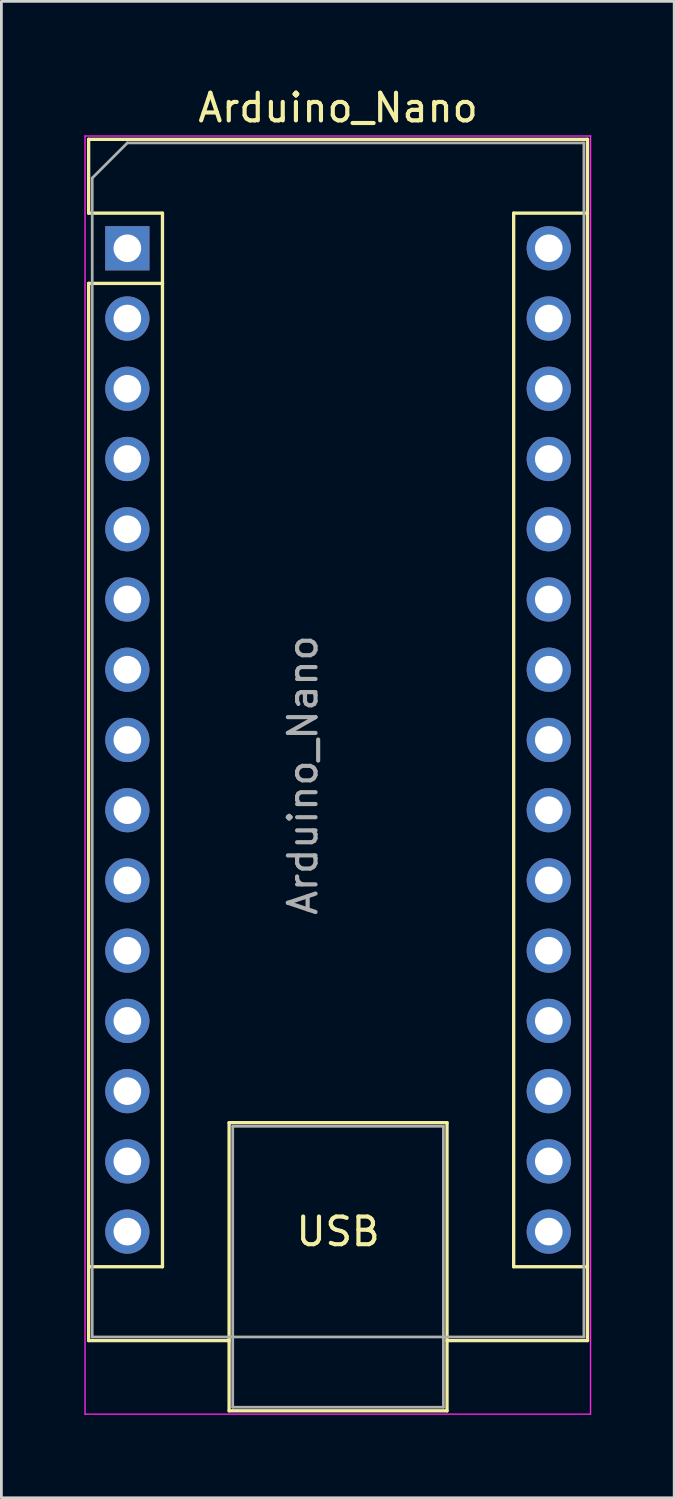
<source format=kicad_pcb>
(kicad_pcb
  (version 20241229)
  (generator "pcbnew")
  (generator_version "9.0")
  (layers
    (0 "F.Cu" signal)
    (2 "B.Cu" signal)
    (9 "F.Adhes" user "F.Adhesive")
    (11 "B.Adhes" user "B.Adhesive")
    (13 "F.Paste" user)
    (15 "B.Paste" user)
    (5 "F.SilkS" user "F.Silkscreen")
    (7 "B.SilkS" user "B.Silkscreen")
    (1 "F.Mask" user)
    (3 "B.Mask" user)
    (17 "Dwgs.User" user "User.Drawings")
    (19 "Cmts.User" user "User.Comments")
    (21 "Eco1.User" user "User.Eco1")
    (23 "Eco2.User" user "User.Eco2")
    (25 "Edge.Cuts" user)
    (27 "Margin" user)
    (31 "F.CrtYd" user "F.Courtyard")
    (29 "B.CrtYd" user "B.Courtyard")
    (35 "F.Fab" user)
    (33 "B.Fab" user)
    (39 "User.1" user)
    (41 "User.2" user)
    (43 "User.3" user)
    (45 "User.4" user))
  (footprint "Arduino_Nano"
    (layer "F.Cu")
    (at 1.555 5.928)
    (property "Reference" "Arduino_Nano" (at 7.62 -5.08 0) (layer "F.SilkS") (effects (font (size 1 1) (thickness 0.15))))
    (attr through_hole)
    (fp_line (start -1.4 -3.94) (end -1.4 -1.27) (stroke (width 0.12) (type solid)) (layer "F.SilkS"))
    (fp_line (start -1.4 1.27) (end -1.4 39.5) (stroke (width 0.12) (type solid)) (layer "F.SilkS"))
    (fp_line (start -1.4 39.5) (end 3.68 39.5) (stroke (width 0.12) (type solid)) (layer "F.SilkS"))
    (fp_line (start 1.27 -1.27) (end -1.4 -1.27) (stroke (width 0.12) (type solid)) (layer "F.SilkS"))
    (fp_line (start 1.27 1.27) (end -1.4 1.27) (stroke (width 0.12) (type solid)) (layer "F.SilkS"))
    (fp_line (start 1.27 1.27) (end 1.27 -1.27) (stroke (width 0.12) (type solid)) (layer "F.SilkS"))
    (fp_line (start 1.27 1.27) (end 1.27 36.83) (stroke (width 0.12) (type solid)) (layer "F.SilkS"))
    (fp_line (start 1.27 36.83) (end -1.4 36.83) (stroke (width 0.12) (type solid)) (layer "F.SilkS"))
    (fp_line (start 3.68 31.62) (end 11.56 31.62) (stroke (width 0.12) (type solid)) (layer "F.SilkS"))
    (fp_line (start 3.68 42.04) (end 3.68 31.62) (stroke (width 0.12) (type solid)) (layer "F.SilkS"))
    (fp_line (start 11.56 31.62) (end 11.56 42.04) (stroke (width 0.12) (type solid)) (layer "F.SilkS"))
    (fp_line (start 11.56 42.04) (end 3.68 42.04) (stroke (width 0.12) (type solid)) (layer "F.SilkS"))
    (fp_line (start 13.97 -1.27) (end 13.97 36.83) (stroke (width 0.12) (type solid)) (layer "F.SilkS"))
    (fp_line (start 13.97 -1.27) (end 16.64 -1.27) (stroke (width 0.12) (type solid)) (layer "F.SilkS"))
    (fp_line (start 13.97 36.83) (end 16.64 36.83) (stroke (width 0.12) (type solid)) (layer "F.SilkS"))
    (fp_line (start 16.64 -3.94) (end -1.4 -3.94) (stroke (width 0.12) (type solid)) (layer "F.SilkS"))
    (fp_line (start 16.64 39.5) (end 11.56 39.5) (stroke (width 0.12) (type solid)) (layer "F.SilkS"))
    (fp_line (start 16.64 39.5) (end 16.64 -3.94) (stroke (width 0.12) (type solid)) (layer "F.SilkS"))
    (fp_line (start -1.53 -4.06) (end -1.53 42.16) (stroke (width 0.05) (type solid)) (layer "F.CrtYd"))
    (fp_line (start -1.53 -4.06) (end 16.75 -4.06) (stroke (width 0.05) (type solid)) (layer "F.CrtYd"))
    (fp_line (start 16.75 42.16) (end -1.53 42.16) (stroke (width 0.05) (type solid)) (layer "F.CrtYd"))
    (fp_line (start 16.75 42.16) (end 16.75 -4.06) (stroke (width 0.05) (type solid)) (layer "F.CrtYd"))
    (fp_line (start -1.27 -2.54) (end 0 -3.81) (stroke (width 0.1) (type solid)) (layer "F.Fab"))
    (fp_line (start -1.27 39.37) (end -1.27 -2.54) (stroke (width 0.1) (type solid)) (layer "F.Fab"))
    (fp_line (start 0 -3.81) (end 16.51 -3.81) (stroke (width 0.1) (type solid)) (layer "F.Fab"))
    (fp_line (start 3.81 31.75) (end 11.43 31.75) (stroke (width 0.1) (type solid)) (layer "F.Fab"))
    (fp_line (start 3.81 41.91) (end 3.81 31.75) (stroke (width 0.1) (type solid)) (layer "F.Fab"))
    (fp_line (start 11.43 31.75) (end 11.43 41.91) (stroke (width 0.1) (type solid)) (layer "F.Fab"))
    (fp_line (start 11.43 41.91) (end 3.81 41.91) (stroke (width 0.1) (type solid)) (layer "F.Fab"))
    (fp_line (start 16.51 -3.81) (end 16.51 39.37) (stroke (width 0.1) (type solid)) (layer "F.Fab"))
    (fp_line (start 16.51 39.37) (end -1.27 39.37) (stroke (width 0.1) (type solid)) (layer "F.Fab"))
    (fp_text user "USB" (at 7.62 35.56 0) (unlocked yes) (layer "F.SilkS") (effects (font (size 1 1) (thickness 0.15))))
    (fp_text user "${REFERENCE}" (at 6.35 19.05 90) (layer "F.Fab") (effects (font (size 1 1) (thickness 0.15))))
    (pad "1" thru_hole rect (at 0 0) (size 1.6 1.6) (drill 1) (layers "*.Cu" "*.Mask"))
    (pad "2" thru_hole oval (at 0 2.54) (size 1.6 1.6) (drill 1) (layers "*.Cu" "*.Mask"))
    (pad "3" thru_hole oval (at 0 5.08) (size 1.6 1.6) (drill 1) (layers "*.Cu" "*.Mask"))
    (pad "4" thru_hole oval (at 0 7.62) (size 1.6 1.6) (drill 1) (layers "*.Cu" "*.Mask"))
    (pad "5" thru_hole oval (at 0 10.16) (size 1.6 1.6) (drill 1) (layers "*.Cu" "*.Mask"))
    (pad "6" thru_hole oval (at 0 12.7) (size 1.6 1.6) (drill 1) (layers "*.Cu" "*.Mask"))
    (pad "7" thru_hole oval (at 0 15.24) (size 1.6 1.6) (drill 1) (layers "*.Cu" "*.Mask"))
    (pad "8" thru_hole oval (at 0 17.78) (size 1.6 1.6) (drill 1) (layers "*.Cu" "*.Mask"))
    (pad "9" thru_hole oval (at 0 20.32) (size 1.6 1.6) (drill 1) (layers "*.Cu" "*.Mask"))
    (pad "10" thru_hole oval (at 0 22.86) (size 1.6 1.6) (drill 1) (layers "*.Cu" "*.Mask"))
    (pad "11" thru_hole oval (at 0 25.4) (size 1.6 1.6) (drill 1) (layers "*.Cu" "*.Mask"))
    (pad "12" thru_hole oval (at 0 27.94) (size 1.6 1.6) (drill 1) (layers "*.Cu" "*.Mask"))
    (pad "13" thru_hole oval (at 0 30.48) (size 1.6 1.6) (drill 1) (layers "*.Cu" "*.Mask"))
    (pad "14" thru_hole oval (at 0 33.02) (size 1.6 1.6) (drill 1) (layers "*.Cu" "*.Mask"))
    (pad "15" thru_hole oval (at 0 35.56) (size 1.6 1.6) (drill 1) (layers "*.Cu" "*.Mask"))
    (pad "16" thru_hole oval (at 15.24 35.56) (size 1.6 1.6) (drill 1) (layers "*.Cu" "*.Mask"))
    (pad "17" thru_hole oval (at 15.24 33.02) (size 1.6 1.6) (drill 1) (layers "*.Cu" "*.Mask"))
    (pad "18" thru_hole oval (at 15.24 30.48) (size 1.6 1.6) (drill 1) (layers "*.Cu" "*.Mask"))
    (pad "19" thru_hole oval (at 15.24 27.94) (size 1.6 1.6) (drill 1) (layers "*.Cu" "*.Mask"))
    (pad "20" thru_hole oval (at 15.24 25.4) (size 1.6 1.6) (drill 1) (layers "*.Cu" "*.Mask"))
    (pad "21" thru_hole oval (at 15.24 22.86) (size 1.6 1.6) (drill 1) (layers "*.Cu" "*.Mask"))
    (pad "22" thru_hole oval (at 15.24 20.32) (size 1.6 1.6) (drill 1) (layers "*.Cu" "*.Mask"))
    (pad "23" thru_hole oval (at 15.24 17.78) (size 1.6 1.6) (drill 1) (layers "*.Cu" "*.Mask"))
    (pad "24" thru_hole oval (at 15.24 15.24) (size 1.6 1.6) (drill 1) (layers "*.Cu" "*.Mask"))
    (pad "25" thru_hole oval (at 15.24 12.7) (size 1.6 1.6) (drill 1) (layers "*.Cu" "*.Mask"))
    (pad "26" thru_hole oval (at 15.24 10.16) (size 1.6 1.6) (drill 1) (layers "*.Cu" "*.Mask"))
    (pad "27" thru_hole oval (at 15.24 7.62) (size 1.6 1.6) (drill 1) (layers "*.Cu" "*.Mask"))
    (pad "28" thru_hole oval (at 15.24 5.08) (size 1.6 1.6) (drill 1) (layers "*.Cu" "*.Mask"))
    (pad "29" thru_hole oval (at 15.24 2.54) (size 1.6 1.6) (drill 1) (layers "*.Cu" "*.Mask"))
    (pad "30" thru_hole oval (at 15.24 0) (size 1.6 1.6) (drill 1) (layers "*.Cu" "*.Mask")))
  (gr_rect
    (start -3 -3)
    (end 21.33 51.113)
    (stroke (width 0.1) (type default))
    (fill no)
    (layer "Edge.Cuts")))
</source>
